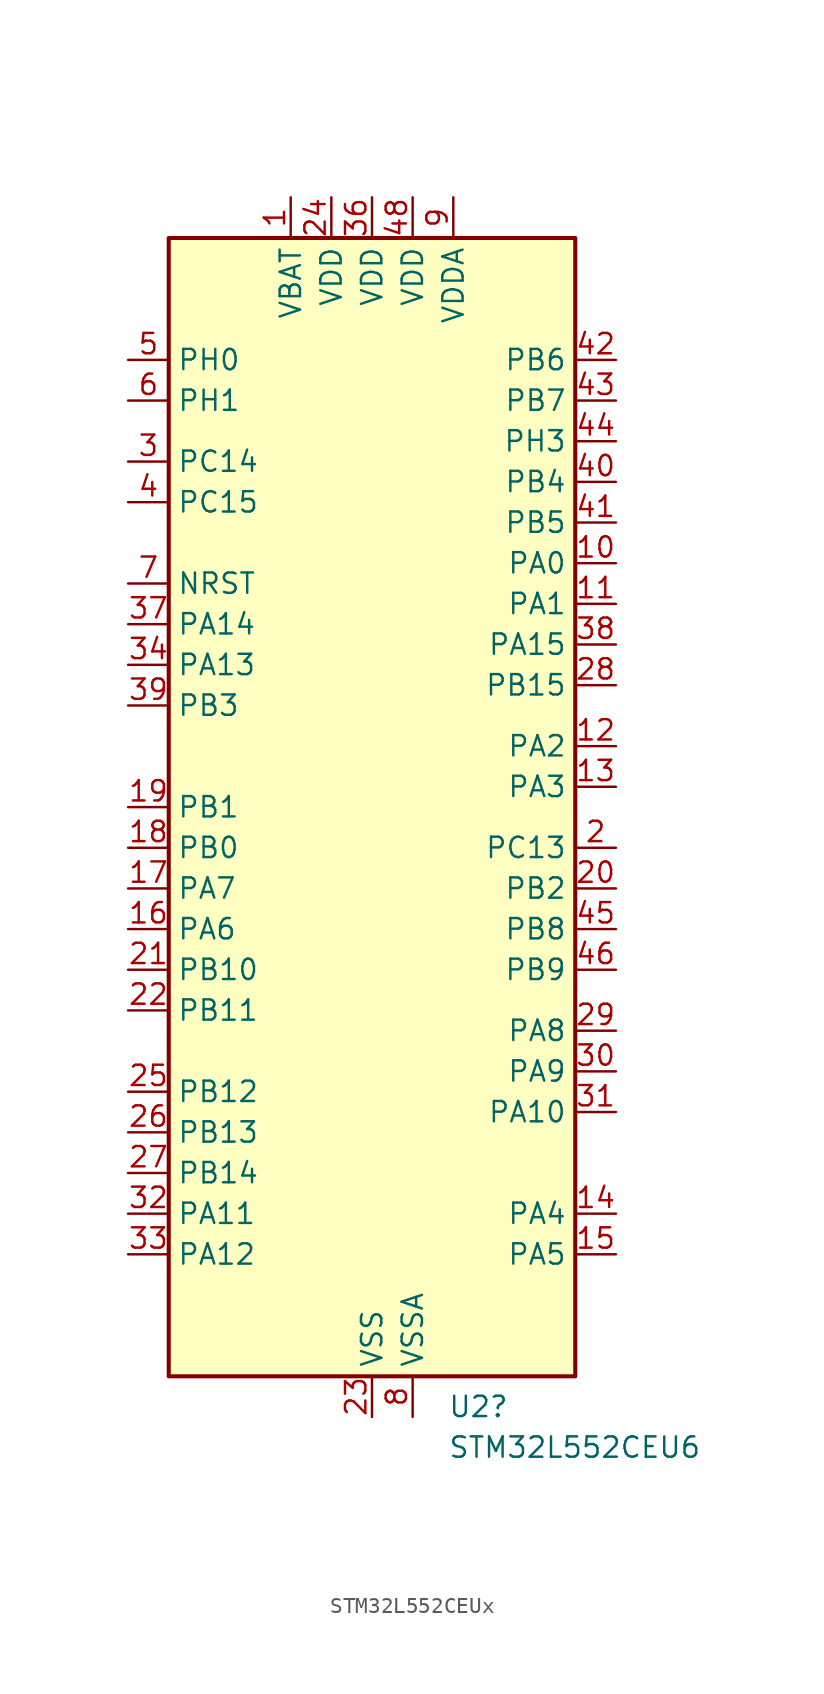
<source format=kicad_sym>
(kicad_symbol_lib
  (version 20231120)
  (generator "kicad_symbol_editor")
  (generator_version "8.0")
  (symbol "STM32L552CEUx"
    (property "Reference" "U2"
      (at 4.734 -37.465 0)
      (effects (font (size 1.27 1.27)) (justify left)))
    (property "Value" "STM32L552CEU6"
      (at 4.734 -40.005 0)
      (effects (font (size 1.27 1.27)) (justify left)))
    (property "ki_locked" ""
      (at 0 0 0)
      (effects (font (size 1.27 1.27))))
    (symbol "STM32L552CEUx_0_1"
      (rectangle (start -12.7 35.56) (end 12.7 -35.56) (stroke (width 0.254) (type default)) (fill (type background))))
    (symbol "STM32L552CEUx_1_1"
      (pin power_in line (at -5.08 38.1 270) (length 2.54) (name "VBAT" (effects (font (size 1.27 1.27)))) (number "1" (effects (font (size 1.27 1.27)))))
      (pin bidirectional line (at 15.24 15.24 180) (length 2.54) (name "PA0" (effects (font (size 1.27 1.27)))) (number "10" (effects (font (size 1.27 1.27)))) (alternate "ADC1_IN5" bidirectional line) (alternate "ADC2_IN5" bidirectional line) (alternate "OPAMP1_VINP" bidirectional line) (alternate "PWR_WKUP1" bidirectional line) (alternate "SAI1_EXTCLK" bidirectional line) (alternate "TAMP_IN2" bidirectional line) (alternate "TAMP_OUT1" bidirectional line) (alternate "TIM2_CH1" bidirectional line) (alternate "TIM2_ETR" bidirectional line) (alternate "TIM5_CH1" bidirectional line) (alternate "TIM8_ETR" bidirectional line) (alternate "UART4_TX" bidirectional line) (alternate "USART2_CTS" bidirectional line) (alternate "USART2_NSS" bidirectional line))
      (pin bidirectional line (at 15.24 12.7 180) (length 2.54) (name "PA1" (effects (font (size 1.27 1.27)))) (number "11" (effects (font (size 1.27 1.27)))) (alternate "ADC1_IN6" bidirectional line) (alternate "ADC2_IN6" bidirectional line) (alternate "I2C1_SMBA" bidirectional line) (alternate "OCTOSPI1_DQS" bidirectional line) (alternate "OPAMP1_VINM" bidirectional line) (alternate "SPI1_SCK" bidirectional line) (alternate "TAMP_IN5" bidirectional line) (alternate "TAMP_OUT4" bidirectional line) (alternate "TIM15_CH1N" bidirectional line) (alternate "TIM2_CH2" bidirectional line) (alternate "TIM5_CH2" bidirectional line) (alternate "UART4_RX" bidirectional line) (alternate "USART2_DE" bidirectional line) (alternate "USART2_RTS" bidirectional line))
      (pin bidirectional line (at 15.24 3.81 180) (length 2.54) (name "PA2" (effects (font (size 1.27 1.27)))) (number "12" (effects (font (size 1.27 1.27)))) (alternate "ADC1_IN7" bidirectional line) (alternate "ADC2_IN7" bidirectional line) (alternate "COMP1_INP" bidirectional line) (alternate "LPUART1_TX" bidirectional line) (alternate "OCTOSPI1_NCS" bidirectional line) (alternate "PWR_WKUP4" bidirectional line) (alternate "RCC_LSCO" bidirectional line) (alternate "SAI2_EXTCLK" bidirectional line) (alternate "TIM15_CH1" bidirectional line) (alternate "TIM2_CH3" bidirectional line) (alternate "TIM5_CH3" bidirectional line) (alternate "UCPD1_FRSTX1" bidirectional line) (alternate "USART2_TX" bidirectional line))
      (pin bidirectional line (at 15.24 1.27 180) (length 2.54) (name "PA3" (effects (font (size 1.27 1.27)))) (number "13" (effects (font (size 1.27 1.27)))) (alternate "ADC1_IN8" bidirectional line) (alternate "ADC2_IN8" bidirectional line) (alternate "LPUART1_RX" bidirectional line) (alternate "OCTOSPI1_CLK" bidirectional line) (alternate "OPAMP1_VOUT" bidirectional line) (alternate "SAI1_CK1" bidirectional line) (alternate "SAI1_MCLK_A" bidirectional line) (alternate "TIM15_CH2" bidirectional line) (alternate "TIM2_CH4" bidirectional line) (alternate "TIM5_CH4" bidirectional line) (alternate "USART2_RX" bidirectional line))
      (pin bidirectional line (at 15.24 -25.4 180) (length 2.54) (name "PA4" (effects (font (size 1.27 1.27)))) (number "14" (effects (font (size 1.27 1.27)))) (alternate "ADC1_IN9" bidirectional line) (alternate "ADC2_IN9" bidirectional line) (alternate "DAC1_OUT1" bidirectional line) (alternate "LPTIM2_OUT" bidirectional line) (alternate "OCTOSPI1_NCS" bidirectional line) (alternate "SAI1_FS_B" bidirectional line) (alternate "SPI1_NSS" bidirectional line) (alternate "SPI3_NSS" bidirectional line) (alternate "USART2_CK" bidirectional line))
      (pin bidirectional line (at 15.24 -27.94 180) (length 2.54) (name "PA5" (effects (font (size 1.27 1.27)))) (number "15" (effects (font (size 1.27 1.27)))) (alternate "ADC1_IN10" bidirectional line) (alternate "ADC2_IN10" bidirectional line) (alternate "DAC1_OUT2" bidirectional line) (alternate "LPTIM2_ETR" bidirectional line) (alternate "SPI1_SCK" bidirectional line) (alternate "TIM2_CH1" bidirectional line) (alternate "TIM2_ETR" bidirectional line) (alternate "TIM8_CH1N" bidirectional line))
      (pin bidirectional line (at -15.24 -7.62 0) (length 2.54) (name "PA6" (effects (font (size 1.27 1.27)))) (number "16" (effects (font (size 1.27 1.27)))) (alternate "ADC1_IN11" bidirectional line) (alternate "ADC2_IN11" bidirectional line) (alternate "LPUART1_CTS" bidirectional line) (alternate "OCTOSPI1_IO3" bidirectional line) (alternate "OPAMP2_VINP" bidirectional line) (alternate "SPI1_MISO" bidirectional line) (alternate "TIM16_CH1" bidirectional line) (alternate "TIM1_BKIN" bidirectional line) (alternate "TIM3_CH1" bidirectional line) (alternate "TIM8_BKIN" bidirectional line) (alternate "USART3_CTS" bidirectional line) (alternate "USART3_NSS" bidirectional line))
      (pin bidirectional line (at -15.24 -5.08 0) (length 2.54) (name "PA7" (effects (font (size 1.27 1.27)))) (number "17" (effects (font (size 1.27 1.27)))) (alternate "ADC1_IN12" bidirectional line) (alternate "ADC2_IN12" bidirectional line) (alternate "I2C3_SCL" bidirectional line) (alternate "OCTOSPI1_IO2" bidirectional line) (alternate "OPAMP2_VINM" bidirectional line) (alternate "SPI1_MOSI" bidirectional line) (alternate "TIM17_CH1" bidirectional line) (alternate "TIM1_CH1N" bidirectional line) (alternate "TIM3_CH2" bidirectional line) (alternate "TIM8_CH1N" bidirectional line))
      (pin bidirectional line (at -15.24 -2.54 0) (length 2.54) (name "PB0" (effects (font (size 1.27 1.27)))) (number "18" (effects (font (size 1.27 1.27)))) (alternate "ADC1_IN15" bidirectional line) (alternate "ADC2_IN15" bidirectional line) (alternate "COMP1_OUT" bidirectional line) (alternate "OCTOSPI1_IO1" bidirectional line) (alternate "OPAMP2_VOUT" bidirectional line) (alternate "SAI1_EXTCLK" bidirectional line) (alternate "SPI1_NSS" bidirectional line) (alternate "TIM1_CH2N" bidirectional line) (alternate "TIM3_CH3" bidirectional line) (alternate "TIM8_CH2N" bidirectional line) (alternate "USART3_CK" bidirectional line))
      (pin bidirectional line (at -15.24 0 0) (length 2.54) (name "PB1" (effects (font (size 1.27 1.27)))) (number "19" (effects (font (size 1.27 1.27)))) (alternate "ADC1_IN16" bidirectional line) (alternate "ADC2_IN16" bidirectional line) (alternate "COMP1_INM" bidirectional line) (alternate "DFSDM1_DATIN0" bidirectional line) (alternate "LPTIM2_IN1" bidirectional line) (alternate "LPUART1_DE" bidirectional line) (alternate "LPUART1_RTS" bidirectional line) (alternate "OCTOSPI1_IO0" bidirectional line) (alternate "TIM1_CH3N" bidirectional line) (alternate "TIM3_CH4" bidirectional line) (alternate "TIM8_CH3N" bidirectional line) (alternate "USART3_DE" bidirectional line) (alternate "USART3_RTS" bidirectional line))
      (pin bidirectional line (at 15.24 -2.54 180) (length 2.54) (name "PC13" (effects (font (size 1.27 1.27)))) (number "2" (effects (font (size 1.27 1.27)))) (alternate "PWR_WKUP2" bidirectional line) (alternate "RTC_OUT1" bidirectional line) (alternate "RTC_TS" bidirectional line) (alternate "TAMP_IN1" bidirectional line) (alternate "TAMP_OUT2" bidirectional line))
      (pin bidirectional line (at 15.24 -5.08 180) (length 2.54) (name "PB2" (effects (font (size 1.27 1.27)))) (number "20" (effects (font (size 1.27 1.27)))) (alternate "COMP1_INP" bidirectional line) (alternate "DFSDM1_CKIN0" bidirectional line) (alternate "I2C3_SMBA" bidirectional line) (alternate "LPTIM1_OUT" bidirectional line) (alternate "OCTOSPI1_DQS" bidirectional line) (alternate "RTC_OUT2" bidirectional line) (alternate "UCPD1_FRSTX1" bidirectional line))
      (pin bidirectional line (at -15.24 -10.16 0) (length 2.54) (name "PB10" (effects (font (size 1.27 1.27)))) (number "21" (effects (font (size 1.27 1.27)))) (alternate "COMP1_OUT" bidirectional line) (alternate "I2C2_SCL" bidirectional line) (alternate "I2C4_SCL" bidirectional line) (alternate "LPTIM3_OUT" bidirectional line) (alternate "LPUART1_RX" bidirectional line) (alternate "OCTOSPI1_CLK" bidirectional line) (alternate "SAI1_SCK_A" bidirectional line) (alternate "SPI2_SCK" bidirectional line) (alternate "TIM2_CH3" bidirectional line) (alternate "TSC_SYNC" bidirectional line) (alternate "USART3_TX" bidirectional line))
      (pin bidirectional line (at -15.24 -12.7 0) (length 2.54) (name "PB11" (effects (font (size 1.27 1.27)))) (number "22" (effects (font (size 1.27 1.27)))) (alternate "ADC1_EXTI11" bidirectional line) (alternate "ADC2_EXTI11" bidirectional line) (alternate "COMP2_OUT" bidirectional line) (alternate "I2C2_SDA" bidirectional line) (alternate "I2C4_SDA" bidirectional line) (alternate "LPUART1_TX" bidirectional line) (alternate "OCTOSPI1_NCS" bidirectional line) (alternate "TIM2_CH4" bidirectional line) (alternate "USART3_RX" bidirectional line))
      (pin power_in line (at 0 -38.1 90) (length 2.54) (name "VSS" (effects (font (size 1.27 1.27)))) (number "23" (effects (font (size 1.27 1.27)))))
      (pin power_in line (at -2.54 38.1 270) (length 2.54) (name "VDD" (effects (font (size 1.27 1.27)))) (number "24" (effects (font (size 1.27 1.27)))))
      (pin bidirectional line (at -15.24 -17.78 0) (length 2.54) (name "PB12" (effects (font (size 1.27 1.27)))) (number "25" (effects (font (size 1.27 1.27)))) (alternate "DFSDM1_DATIN1" bidirectional line) (alternate "I2C2_SMBA" bidirectional line) (alternate "LPUART1_DE" bidirectional line) (alternate "LPUART1_RTS" bidirectional line) (alternate "OCTOSPI1_NCLK" bidirectional line) (alternate "SAI2_FS_A" bidirectional line) (alternate "SPI2_NSS" bidirectional line) (alternate "TIM15_BKIN" bidirectional line) (alternate "TIM1_BKIN" bidirectional line) (alternate "TSC_G1_IO1" bidirectional line) (alternate "USART3_CK" bidirectional line))
      (pin bidirectional line (at -15.24 -20.32 0) (length 2.54) (name "PB13" (effects (font (size 1.27 1.27)))) (number "26" (effects (font (size 1.27 1.27)))) (alternate "DFSDM1_CKIN1" bidirectional line) (alternate "I2C2_SCL" bidirectional line) (alternate "LPTIM3_IN1" bidirectional line) (alternate "LPUART1_CTS" bidirectional line) (alternate "SAI2_SCK_A" bidirectional line) (alternate "SPI2_SCK" bidirectional line) (alternate "TIM15_CH1N" bidirectional line) (alternate "TIM1_CH1N" bidirectional line) (alternate "TSC_G1_IO2" bidirectional line) (alternate "UCPD1_FRSTX2" bidirectional line) (alternate "USART3_CTS" bidirectional line) (alternate "USART3_NSS" bidirectional line))
      (pin bidirectional line (at -15.24 -22.86 0) (length 2.54) (name "PB14" (effects (font (size 1.27 1.27)))) (number "27" (effects (font (size 1.27 1.27)))) (alternate "DFSDM1_DATIN2" bidirectional line) (alternate "I2C2_SDA" bidirectional line) (alternate "LPTIM3_ETR" bidirectional line) (alternate "SAI2_MCLK_A" bidirectional line) (alternate "SPI2_MISO" bidirectional line) (alternate "TIM15_CH1" bidirectional line) (alternate "TIM1_CH2N" bidirectional line) (alternate "TIM8_CH2N" bidirectional line) (alternate "TSC_G1_IO3" bidirectional line) (alternate "UCPD1_DBCC2" bidirectional line) (alternate "USART3_DE" bidirectional line) (alternate "USART3_RTS" bidirectional line))
      (pin bidirectional line (at 15.24 7.62 180) (length 2.54) (name "PB15" (effects (font (size 1.27 1.27)))) (number "28" (effects (font (size 1.27 1.27)))) (alternate "ADC1_EXTI15" bidirectional line) (alternate "ADC2_EXTI15" bidirectional line) (alternate "DFSDM1_CKIN2" bidirectional line) (alternate "RTC_REFIN" bidirectional line) (alternate "SAI2_SD_A" bidirectional line) (alternate "SPI2_MOSI" bidirectional line) (alternate "TIM15_CH2" bidirectional line) (alternate "TIM1_CH3N" bidirectional line) (alternate "TIM8_CH3N" bidirectional line) (alternate "UCPD1_CC2" bidirectional line))
      (pin bidirectional line (at 15.24 -13.97 180) (length 2.54) (name "PA8" (effects (font (size 1.27 1.27)))) (number "29" (effects (font (size 1.27 1.27)))) (alternate "LPTIM2_OUT" bidirectional line) (alternate "RCC_MCO" bidirectional line) (alternate "SAI1_CK2" bidirectional line) (alternate "SAI1_SCK_A" bidirectional line) (alternate "TIM1_CH1" bidirectional line) (alternate "USART1_CK" bidirectional line))
      (pin bidirectional line (at -15.24 21.59 0) (length 2.54) (name "PC14" (effects (font (size 1.27 1.27)))) (number "3" (effects (font (size 1.27 1.27)))) (alternate "RCC_OSC32_IN" bidirectional line))
      (pin bidirectional line (at 15.24 -16.51 180) (length 2.54) (name "PA9" (effects (font (size 1.27 1.27)))) (number "30" (effects (font (size 1.27 1.27)))) (alternate "DAC1_EXTI9" bidirectional line) (alternate "SAI1_FS_A" bidirectional line) (alternate "SPI2_SCK" bidirectional line) (alternate "TIM15_BKIN" bidirectional line) (alternate "TIM1_CH2" bidirectional line) (alternate "USART1_TX" bidirectional line))
      (pin bidirectional line (at 15.24 -19.05 180) (length 2.54) (name "PA10" (effects (font (size 1.27 1.27)))) (number "31" (effects (font (size 1.27 1.27)))) (alternate "CRS_SYNC" bidirectional line) (alternate "SAI1_D1" bidirectional line) (alternate "SAI1_SD_A" bidirectional line) (alternate "TIM17_BKIN" bidirectional line) (alternate "TIM1_CH3" bidirectional line) (alternate "USART1_RX" bidirectional line))
      (pin bidirectional line (at -15.24 -25.4 0) (length 2.54) (name "PA11" (effects (font (size 1.27 1.27)))) (number "32" (effects (font (size 1.27 1.27)))) (alternate "ADC1_EXTI11" bidirectional line) (alternate "ADC2_EXTI11" bidirectional line) (alternate "FDCAN1_RX" bidirectional line) (alternate "SPI1_MISO" bidirectional line) (alternate "TIM1_BKIN2" bidirectional line) (alternate "TIM1_CH4" bidirectional line) (alternate "USART1_CTS" bidirectional line) (alternate "USART1_NSS" bidirectional line) (alternate "USB_DM" bidirectional line))
      (pin bidirectional line (at -15.24 -27.94 0) (length 2.54) (name "PA12" (effects (font (size 1.27 1.27)))) (number "33" (effects (font (size 1.27 1.27)))) (alternate "FDCAN1_TX" bidirectional line) (alternate "SPI1_MOSI" bidirectional line) (alternate "TIM1_ETR" bidirectional line) (alternate "USART1_DE" bidirectional line) (alternate "USART1_RTS" bidirectional line) (alternate "USB_DP" bidirectional line))
      (pin bidirectional line (at -15.24 8.89 0) (length 2.54) (name "PA13" (effects (font (size 1.27 1.27)))) (number "34" (effects (font (size 1.27 1.27)))) (alternate "DEBUG_JTMS-SWDIO" bidirectional line) (alternate "IR_OUT" bidirectional line) (alternate "SAI1_SD_B" bidirectional line) (alternate "USB_NOE" bidirectional line))
      (pin passive line (at 0 -38.1 90) (length 2.54) hide (name "VSS" (effects (font (size 1.27 1.27)))) (number "35" (effects (font (size 1.27 1.27)))))
      (pin power_in line (at 0 38.1 270) (length 2.54) (name "VDD" (effects (font (size 1.27 1.27)))) (number "36" (effects (font (size 1.27 1.27)))))
      (pin bidirectional line (at -15.24 11.43 0) (length 2.54) (name "PA14" (effects (font (size 1.27 1.27)))) (number "37" (effects (font (size 1.27 1.27)))) (alternate "DEBUG_JTCK-SWCLK" bidirectional line) (alternate "I2C1_SMBA" bidirectional line) (alternate "I2C4_SMBA" bidirectional line) (alternate "LPTIM1_OUT" bidirectional line) (alternate "SAI1_FS_B" bidirectional line))
      (pin bidirectional line (at 15.24 10.16 180) (length 2.54) (name "PA15" (effects (font (size 1.27 1.27)))) (number "38" (effects (font (size 1.27 1.27)))) (alternate "ADC1_EXTI15" bidirectional line) (alternate "ADC2_EXTI15" bidirectional line) (alternate "DEBUG_JTDI" bidirectional line) (alternate "SAI2_FS_B" bidirectional line) (alternate "SPI1_NSS" bidirectional line) (alternate "SPI3_NSS" bidirectional line) (alternate "TIM2_CH1" bidirectional line) (alternate "TIM2_ETR" bidirectional line) (alternate "UART4_DE" bidirectional line) (alternate "UART4_RTS" bidirectional line) (alternate "UCPD1_CC1" bidirectional line) (alternate "USART2_RX" bidirectional line) (alternate "USART3_DE" bidirectional line) (alternate "USART3_RTS" bidirectional line))
      (pin bidirectional line (at -15.24 6.35 0) (length 2.54) (name "PB3" (effects (font (size 1.27 1.27)))) (number "39" (effects (font (size 1.27 1.27)))) (alternate "COMP2_INM" bidirectional line) (alternate "CRS_SYNC" bidirectional line) (alternate "DEBUG_JTDO-SWO" bidirectional line) (alternate "SAI1_SCK_B" bidirectional line) (alternate "SPI1_SCK" bidirectional line) (alternate "SPI3_SCK" bidirectional line) (alternate "TIM2_CH2" bidirectional line) (alternate "USART1_DE" bidirectional line) (alternate "USART1_RTS" bidirectional line))
      (pin bidirectional line (at -15.24 19.05 0) (length 2.54) (name "PC15" (effects (font (size 1.27 1.27)))) (number "4" (effects (font (size 1.27 1.27)))) (alternate "ADC1_EXTI15" bidirectional line) (alternate "ADC2_EXTI15" bidirectional line) (alternate "RCC_OSC32_OUT" bidirectional line))
      (pin bidirectional line (at 15.24 20.32 180) (length 2.54) (name "PB4" (effects (font (size 1.27 1.27)))) (number "40" (effects (font (size 1.27 1.27)))) (alternate "COMP2_INP" bidirectional line) (alternate "DEBUG_JTRST" bidirectional line) (alternate "I2C3_SDA" bidirectional line) (alternate "SAI1_MCLK_B" bidirectional line) (alternate "SPI1_MISO" bidirectional line) (alternate "SPI3_MISO" bidirectional line) (alternate "TIM17_BKIN" bidirectional line) (alternate "TIM3_CH1" bidirectional line) (alternate "TSC_G2_IO1" bidirectional line) (alternate "USART1_CTS" bidirectional line) (alternate "USART1_NSS" bidirectional line))
      (pin bidirectional line (at 15.24 17.78 180) (length 2.54) (name "PB5" (effects (font (size 1.27 1.27)))) (number "41" (effects (font (size 1.27 1.27)))) (alternate "COMP2_OUT" bidirectional line) (alternate "I2C1_SMBA" bidirectional line) (alternate "LPTIM1_IN1" bidirectional line) (alternate "OCTOSPI1_NCLK" bidirectional line) (alternate "SAI1_SD_B" bidirectional line) (alternate "SPI1_MOSI" bidirectional line) (alternate "SPI3_MOSI" bidirectional line) (alternate "TIM16_BKIN" bidirectional line) (alternate "TIM3_CH2" bidirectional line) (alternate "TSC_G2_IO2" bidirectional line) (alternate "UCPD1_DBCC1" bidirectional line) (alternate "USART1_CK" bidirectional line))
      (pin bidirectional line (at 15.24 27.94 180) (length 2.54) (name "PB6" (effects (font (size 1.27 1.27)))) (number "42" (effects (font (size 1.27 1.27)))) (alternate "COMP2_INP" bidirectional line) (alternate "I2C1_SCL" bidirectional line) (alternate "I2C4_SCL" bidirectional line) (alternate "LPTIM1_ETR" bidirectional line) (alternate "SAI1_FS_B" bidirectional line) (alternate "TIM16_CH1N" bidirectional line) (alternate "TIM4_CH1" bidirectional line) (alternate "TIM8_BKIN2" bidirectional line) (alternate "TSC_G2_IO3" bidirectional line) (alternate "USART1_TX" bidirectional line))
      (pin bidirectional line (at 15.24 25.4 180) (length 2.54) (name "PB7" (effects (font (size 1.27 1.27)))) (number "43" (effects (font (size 1.27 1.27)))) (alternate "COMP2_INM" bidirectional line) (alternate "I2C1_SDA" bidirectional line) (alternate "I2C4_SDA" bidirectional line) (alternate "LPTIM1_IN2" bidirectional line) (alternate "PWR_PVD_IN" bidirectional line) (alternate "TIM17_CH1N" bidirectional line) (alternate "TIM4_CH2" bidirectional line) (alternate "TIM8_BKIN" bidirectional line) (alternate "TSC_G2_IO4" bidirectional line) (alternate "UART4_CTS" bidirectional line) (alternate "USART1_RX" bidirectional line))
      (pin bidirectional line (at 15.24 22.86 180) (length 2.54) (name "PH3" (effects (font (size 1.27 1.27)))) (number "44" (effects (font (size 1.27 1.27)))))
      (pin bidirectional line (at 15.24 -7.62 180) (length 2.54) (name "PB8" (effects (font (size 1.27 1.27)))) (number "45" (effects (font (size 1.27 1.27)))) (alternate "DFSDM1_CKOUT" bidirectional line) (alternate "FDCAN1_RX" bidirectional line) (alternate "I2C1_SCL" bidirectional line) (alternate "SAI1_CK1" bidirectional line) (alternate "SAI1_MCLK_A" bidirectional line) (alternate "TIM16_CH1" bidirectional line) (alternate "TIM4_CH3" bidirectional line))
      (pin bidirectional line (at 15.24 -10.16 180) (length 2.54) (name "PB9" (effects (font (size 1.27 1.27)))) (number "46" (effects (font (size 1.27 1.27)))) (alternate "DAC1_EXTI9" bidirectional line) (alternate "FDCAN1_TX" bidirectional line) (alternate "I2C1_SDA" bidirectional line) (alternate "IR_OUT" bidirectional line) (alternate "SAI1_D2" bidirectional line) (alternate "SAI1_FS_A" bidirectional line) (alternate "SPI2_NSS" bidirectional line) (alternate "TIM17_CH1" bidirectional line) (alternate "TIM4_CH4" bidirectional line))
      (pin passive line (at 0 -38.1 90) (length 2.54) hide (name "VSS" (effects (font (size 1.27 1.27)))) (number "47" (effects (font (size 1.27 1.27)))))
      (pin power_in line (at 2.54 38.1 270) (length 2.54) (name "VDD" (effects (font (size 1.27 1.27)))) (number "48" (effects (font (size 1.27 1.27)))))
      (pin passive line (at 0 -38.1 90) (length 2.54) hide (name "VSS" (effects (font (size 1.27 1.27)))) (number "49" (effects (font (size 1.27 1.27)))))
      (pin bidirectional line (at -15.24 27.94 0) (length 2.54) (name "PH0" (effects (font (size 1.27 1.27)))) (number "5" (effects (font (size 1.27 1.27)))) (alternate "RCC_OSC_IN" bidirectional line))
      (pin bidirectional line (at -15.24 25.4 0) (length 2.54) (name "PH1" (effects (font (size 1.27 1.27)))) (number "6" (effects (font (size 1.27 1.27)))) (alternate "RCC_OSC_OUT" bidirectional line))
      (pin input line (at -15.24 13.97 0) (length 2.54) (name "NRST" (effects (font (size 1.27 1.27)))) (number "7" (effects (font (size 1.27 1.27)))))
      (pin power_in line (at 2.54 -38.1 90) (length 2.54) (name "VSSA" (effects (font (size 1.27 1.27)))) (number "8" (effects (font (size 1.27 1.27)))))
      (pin power_in line (at 5.08 38.1 270) (length 2.54) (name "VDDA" (effects (font (size 1.27 1.27)))) (number "9" (effects (font (size 1.27 1.27)))) (alternate "VREFBUF_OUT" bidirectional line)))))
</source>
